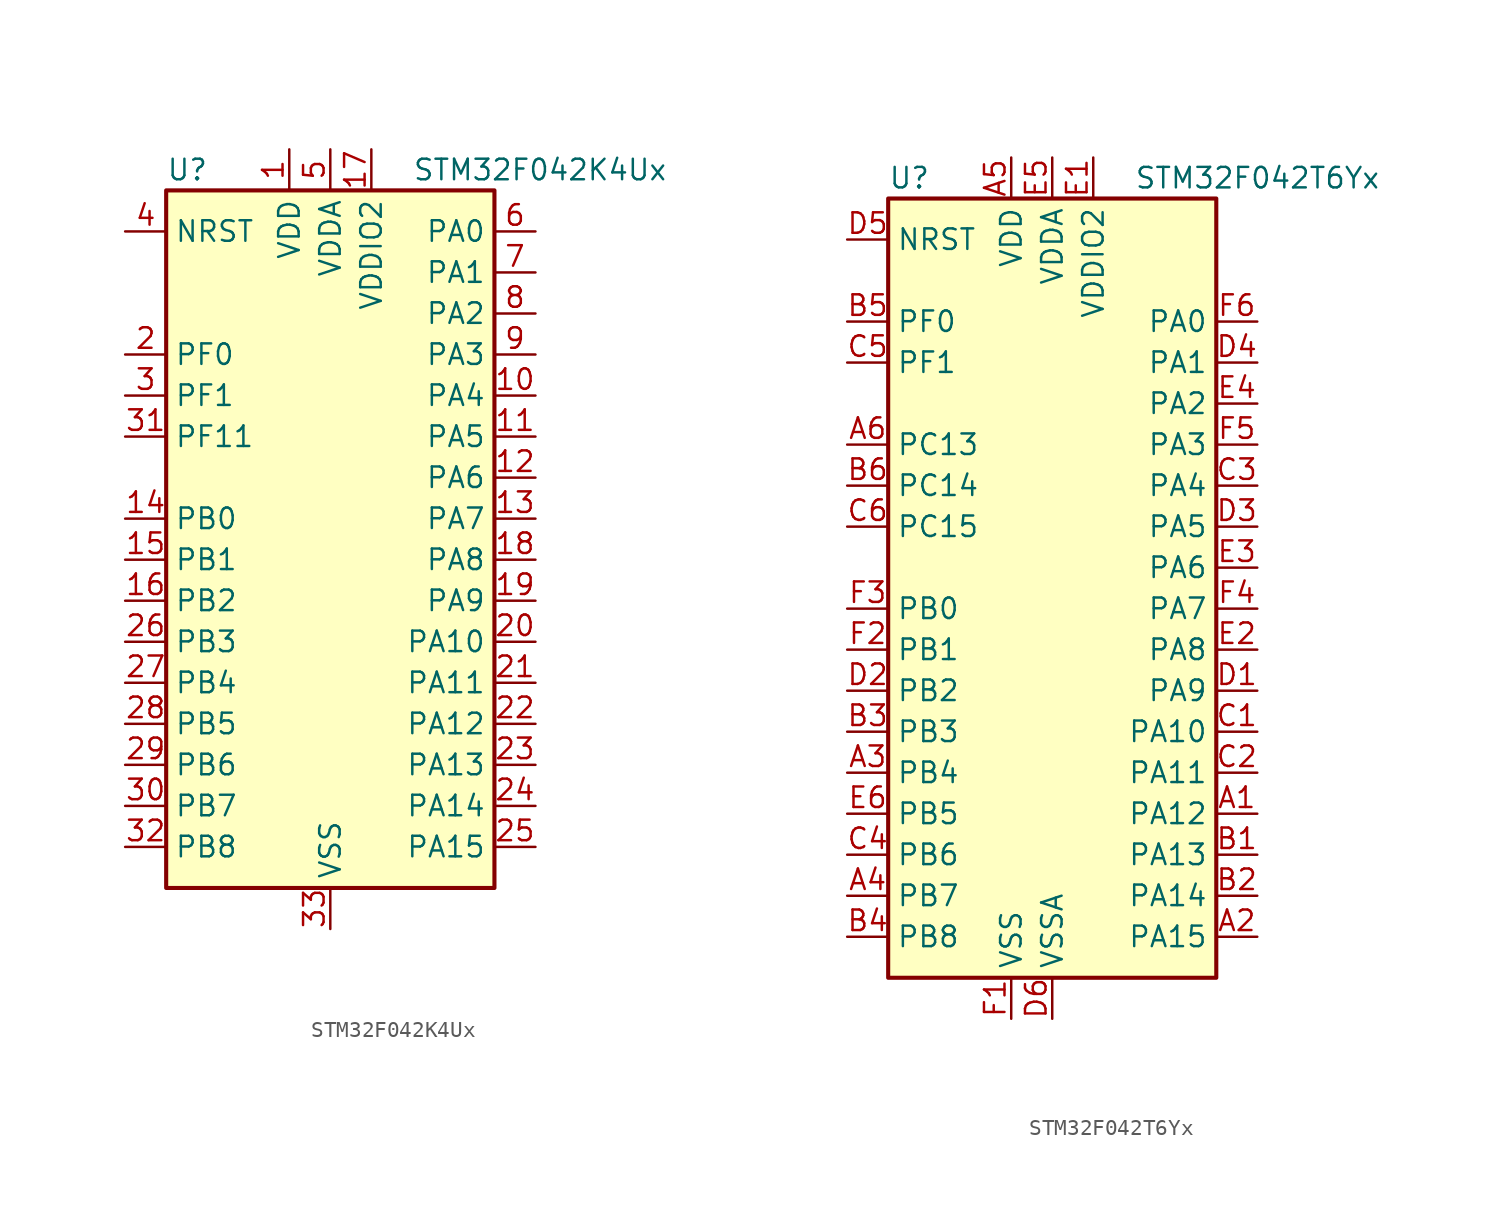
<source format=kicad_sym>
(kicad_symbol_lib
  (version 20211014)
  (generator kicad_symbol_editor)
  (symbol "STM32F042K4Ux"
    (property "Reference" "U"
      (at -10.16 21.59 0)
      (effects (font (size 1.27 1.27)) (justify left)))
    (property "Value" "STM32F042K4Ux"
      (at 5.08 21.59 0)
      (effects (font (size 1.27 1.27)) (justify left)))
    (symbol "STM32F042K4Ux_0_1"
      (rectangle (start -10.16 -22.86) (end 10.16 20.32) (stroke (width 0.254) (type default) (color 0 0 0 0)) (fill (type background))))
    (symbol "STM32F042K4Ux_1_1"
      (pin power_in line (at -2.54 22.86 270) (length 2.54) (name "VDD" (effects (font (size 1.27 1.27)))) (number "1" (effects (font (size 1.27 1.27)))))
      (pin bidirectional line (at 12.7 7.62 180) (length 2.54) (name "PA4" (effects (font (size 1.27 1.27)))) (number "10" (effects (font (size 1.27 1.27)))))
      (pin bidirectional line (at 12.7 5.08 180) (length 2.54) (name "PA5" (effects (font (size 1.27 1.27)))) (number "11" (effects (font (size 1.27 1.27)))))
      (pin bidirectional line (at 12.7 2.54 180) (length 2.54) (name "PA6" (effects (font (size 1.27 1.27)))) (number "12" (effects (font (size 1.27 1.27)))))
      (pin bidirectional line (at 12.7 0 180) (length 2.54) (name "PA7" (effects (font (size 1.27 1.27)))) (number "13" (effects (font (size 1.27 1.27)))))
      (pin bidirectional line (at -12.7 0 0) (length 2.54) (name "PB0" (effects (font (size 1.27 1.27)))) (number "14" (effects (font (size 1.27 1.27)))))
      (pin bidirectional line (at -12.7 -2.54 0) (length 2.54) (name "PB1" (effects (font (size 1.27 1.27)))) (number "15" (effects (font (size 1.27 1.27)))))
      (pin bidirectional line (at -12.7 -5.08 0) (length 2.54) (name "PB2" (effects (font (size 1.27 1.27)))) (number "16" (effects (font (size 1.27 1.27)))))
      (pin power_in line (at 2.54 22.86 270) (length 2.54) (name "VDDIO2" (effects (font (size 1.27 1.27)))) (number "17" (effects (font (size 1.27 1.27)))))
      (pin bidirectional line (at 12.7 -2.54 180) (length 2.54) (name "PA8" (effects (font (size 1.27 1.27)))) (number "18" (effects (font (size 1.27 1.27)))))
      (pin bidirectional line (at 12.7 -5.08 180) (length 2.54) (name "PA9" (effects (font (size 1.27 1.27)))) (number "19" (effects (font (size 1.27 1.27)))))
      (pin input line (at -12.7 10.16 0) (length 2.54) (name "PF0" (effects (font (size 1.27 1.27)))) (number "2" (effects (font (size 1.27 1.27)))))
      (pin bidirectional line (at 12.7 -7.62 180) (length 2.54) (name "PA10" (effects (font (size 1.27 1.27)))) (number "20" (effects (font (size 1.27 1.27)))))
      (pin bidirectional line (at 12.7 -10.16 180) (length 2.54) (name "PA11" (effects (font (size 1.27 1.27)))) (number "21" (effects (font (size 1.27 1.27)))))
      (pin bidirectional line (at 12.7 -12.7 180) (length 2.54) (name "PA12" (effects (font (size 1.27 1.27)))) (number "22" (effects (font (size 1.27 1.27)))))
      (pin bidirectional line (at 12.7 -15.24 180) (length 2.54) (name "PA13" (effects (font (size 1.27 1.27)))) (number "23" (effects (font (size 1.27 1.27)))))
      (pin bidirectional line (at 12.7 -17.78 180) (length 2.54) (name "PA14" (effects (font (size 1.27 1.27)))) (number "24" (effects (font (size 1.27 1.27)))))
      (pin bidirectional line (at 12.7 -20.32 180) (length 2.54) (name "PA15" (effects (font (size 1.27 1.27)))) (number "25" (effects (font (size 1.27 1.27)))))
      (pin bidirectional line (at -12.7 -7.62 0) (length 2.54) (name "PB3" (effects (font (size 1.27 1.27)))) (number "26" (effects (font (size 1.27 1.27)))))
      (pin bidirectional line (at -12.7 -10.16 0) (length 2.54) (name "PB4" (effects (font (size 1.27 1.27)))) (number "27" (effects (font (size 1.27 1.27)))))
      (pin bidirectional line (at -12.7 -12.7 0) (length 2.54) (name "PB5" (effects (font (size 1.27 1.27)))) (number "28" (effects (font (size 1.27 1.27)))))
      (pin bidirectional line (at -12.7 -15.24 0) (length 2.54) (name "PB6" (effects (font (size 1.27 1.27)))) (number "29" (effects (font (size 1.27 1.27)))))
      (pin input line (at -12.7 7.62 0) (length 2.54) (name "PF1" (effects (font (size 1.27 1.27)))) (number "3" (effects (font (size 1.27 1.27)))))
      (pin bidirectional line (at -12.7 -17.78 0) (length 2.54) (name "PB7" (effects (font (size 1.27 1.27)))) (number "30" (effects (font (size 1.27 1.27)))))
      (pin bidirectional line (at -12.7 5.08 0) (length 2.54) (name "PF11" (effects (font (size 1.27 1.27)))) (number "31" (effects (font (size 1.27 1.27)))))
      (pin bidirectional line (at -12.7 -20.32 0) (length 2.54) (name "PB8" (effects (font (size 1.27 1.27)))) (number "32" (effects (font (size 1.27 1.27)))))
      (pin power_in line (at 0 -25.4 90) (length 2.54) (name "VSS" (effects (font (size 1.27 1.27)))) (number "33" (effects (font (size 1.27 1.27)))))
      (pin input line (at -12.7 17.78 0) (length 2.54) (name "NRST" (effects (font (size 1.27 1.27)))) (number "4" (effects (font (size 1.27 1.27)))))
      (pin power_in line (at 0 22.86 270) (length 2.54) (name "VDDA" (effects (font (size 1.27 1.27)))) (number "5" (effects (font (size 1.27 1.27)))))
      (pin bidirectional line (at 12.7 17.78 180) (length 2.54) (name "PA0" (effects (font (size 1.27 1.27)))) (number "6" (effects (font (size 1.27 1.27)))))
      (pin bidirectional line (at 12.7 15.24 180) (length 2.54) (name "PA1" (effects (font (size 1.27 1.27)))) (number "7" (effects (font (size 1.27 1.27)))))
      (pin bidirectional line (at 12.7 12.7 180) (length 2.54) (name "PA2" (effects (font (size 1.27 1.27)))) (number "8" (effects (font (size 1.27 1.27)))))
      (pin bidirectional line (at 12.7 10.16 180) (length 2.54) (name "PA3" (effects (font (size 1.27 1.27)))) (number "9" (effects (font (size 1.27 1.27)))))))
  (symbol "STM32F042T6Yx"
    (property "Reference" "U"
      (at -10.16 24.13 0)
      (effects (font (size 1.27 1.27)) (justify left)))
    (property "Value" "STM32F042T6Yx"
      (at 5.08 24.13 0)
      (effects (font (size 1.27 1.27)) (justify left)))
    (symbol "STM32F042T6Yx_0_1"
      (rectangle (start -10.16 -25.4) (end 10.16 22.86) (stroke (width 0.254) (type default) (color 0 0 0 0)) (fill (type background))))
    (symbol "STM32F042T6Yx_1_1"
      (pin bidirectional line (at 12.7 -15.24 180) (length 2.54) (name "PA12" (effects (font (size 1.27 1.27)))) (number "A1" (effects (font (size 1.27 1.27)))))
      (pin bidirectional line (at 12.7 -22.86 180) (length 2.54) (name "PA15" (effects (font (size 1.27 1.27)))) (number "A2" (effects (font (size 1.27 1.27)))))
      (pin bidirectional line (at -12.7 -12.7 0) (length 2.54) (name "PB4" (effects (font (size 1.27 1.27)))) (number "A3" (effects (font (size 1.27 1.27)))))
      (pin bidirectional line (at -12.7 -20.32 0) (length 2.54) (name "PB7" (effects (font (size 1.27 1.27)))) (number "A4" (effects (font (size 1.27 1.27)))))
      (pin power_in line (at -2.54 25.4 270) (length 2.54) (name "VDD" (effects (font (size 1.27 1.27)))) (number "A5" (effects (font (size 1.27 1.27)))))
      (pin bidirectional line (at -12.7 7.62 0) (length 2.54) (name "PC13" (effects (font (size 1.27 1.27)))) (number "A6" (effects (font (size 1.27 1.27)))))
      (pin bidirectional line (at 12.7 -17.78 180) (length 2.54) (name "PA13" (effects (font (size 1.27 1.27)))) (number "B1" (effects (font (size 1.27 1.27)))))
      (pin bidirectional line (at 12.7 -20.32 180) (length 2.54) (name "PA14" (effects (font (size 1.27 1.27)))) (number "B2" (effects (font (size 1.27 1.27)))))
      (pin bidirectional line (at -12.7 -10.16 0) (length 2.54) (name "PB3" (effects (font (size 1.27 1.27)))) (number "B3" (effects (font (size 1.27 1.27)))))
      (pin bidirectional line (at -12.7 -22.86 0) (length 2.54) (name "PB8" (effects (font (size 1.27 1.27)))) (number "B4" (effects (font (size 1.27 1.27)))))
      (pin input line (at -12.7 15.24 0) (length 2.54) (name "PF0" (effects (font (size 1.27 1.27)))) (number "B5" (effects (font (size 1.27 1.27)))))
      (pin bidirectional line (at -12.7 5.08 0) (length 2.54) (name "PC14" (effects (font (size 1.27 1.27)))) (number "B6" (effects (font (size 1.27 1.27)))))
      (pin bidirectional line (at 12.7 -10.16 180) (length 2.54) (name "PA10" (effects (font (size 1.27 1.27)))) (number "C1" (effects (font (size 1.27 1.27)))))
      (pin bidirectional line (at 12.7 -12.7 180) (length 2.54) (name "PA11" (effects (font (size 1.27 1.27)))) (number "C2" (effects (font (size 1.27 1.27)))))
      (pin bidirectional line (at 12.7 5.08 180) (length 2.54) (name "PA4" (effects (font (size 1.27 1.27)))) (number "C3" (effects (font (size 1.27 1.27)))))
      (pin bidirectional line (at -12.7 -17.78 0) (length 2.54) (name "PB6" (effects (font (size 1.27 1.27)))) (number "C4" (effects (font (size 1.27 1.27)))))
      (pin input line (at -12.7 12.7 0) (length 2.54) (name "PF1" (effects (font (size 1.27 1.27)))) (number "C5" (effects (font (size 1.27 1.27)))))
      (pin bidirectional line (at -12.7 2.54 0) (length 2.54) (name "PC15" (effects (font (size 1.27 1.27)))) (number "C6" (effects (font (size 1.27 1.27)))))
      (pin bidirectional line (at 12.7 -7.62 180) (length 2.54) (name "PA9" (effects (font (size 1.27 1.27)))) (number "D1" (effects (font (size 1.27 1.27)))))
      (pin bidirectional line (at -12.7 -7.62 0) (length 2.54) (name "PB2" (effects (font (size 1.27 1.27)))) (number "D2" (effects (font (size 1.27 1.27)))))
      (pin bidirectional line (at 12.7 2.54 180) (length 2.54) (name "PA5" (effects (font (size 1.27 1.27)))) (number "D3" (effects (font (size 1.27 1.27)))))
      (pin bidirectional line (at 12.7 12.7 180) (length 2.54) (name "PA1" (effects (font (size 1.27 1.27)))) (number "D4" (effects (font (size 1.27 1.27)))))
      (pin input line (at -12.7 20.32 0) (length 2.54) (name "NRST" (effects (font (size 1.27 1.27)))) (number "D5" (effects (font (size 1.27 1.27)))))
      (pin power_in line (at 0 -27.94 90) (length 2.54) (name "VSSA" (effects (font (size 1.27 1.27)))) (number "D6" (effects (font (size 1.27 1.27)))))
      (pin power_in line (at 2.54 25.4 270) (length 2.54) (name "VDDIO2" (effects (font (size 1.27 1.27)))) (number "E1" (effects (font (size 1.27 1.27)))))
      (pin bidirectional line (at 12.7 -5.08 180) (length 2.54) (name "PA8" (effects (font (size 1.27 1.27)))) (number "E2" (effects (font (size 1.27 1.27)))))
      (pin bidirectional line (at 12.7 0 180) (length 2.54) (name "PA6" (effects (font (size 1.27 1.27)))) (number "E3" (effects (font (size 1.27 1.27)))))
      (pin bidirectional line (at 12.7 10.16 180) (length 2.54) (name "PA2" (effects (font (size 1.27 1.27)))) (number "E4" (effects (font (size 1.27 1.27)))))
      (pin power_in line (at 0 25.4 270) (length 2.54) (name "VDDA" (effects (font (size 1.27 1.27)))) (number "E5" (effects (font (size 1.27 1.27)))))
      (pin bidirectional line (at -12.7 -15.24 0) (length 2.54) (name "PB5" (effects (font (size 1.27 1.27)))) (number "E6" (effects (font (size 1.27 1.27)))))
      (pin power_in line (at -2.54 -27.94 90) (length 2.54) (name "VSS" (effects (font (size 1.27 1.27)))) (number "F1" (effects (font (size 1.27 1.27)))))
      (pin bidirectional line (at -12.7 -5.08 0) (length 2.54) (name "PB1" (effects (font (size 1.27 1.27)))) (number "F2" (effects (font (size 1.27 1.27)))))
      (pin bidirectional line (at -12.7 -2.54 0) (length 2.54) (name "PB0" (effects (font (size 1.27 1.27)))) (number "F3" (effects (font (size 1.27 1.27)))))
      (pin bidirectional line (at 12.7 -2.54 180) (length 2.54) (name "PA7" (effects (font (size 1.27 1.27)))) (number "F4" (effects (font (size 1.27 1.27)))))
      (pin bidirectional line (at 12.7 7.62 180) (length 2.54) (name "PA3" (effects (font (size 1.27 1.27)))) (number "F5" (effects (font (size 1.27 1.27)))))
      (pin bidirectional line (at 12.7 15.24 180) (length 2.54) (name "PA0" (effects (font (size 1.27 1.27)))) (number "F6" (effects (font (size 1.27 1.27))))))))
</source>
